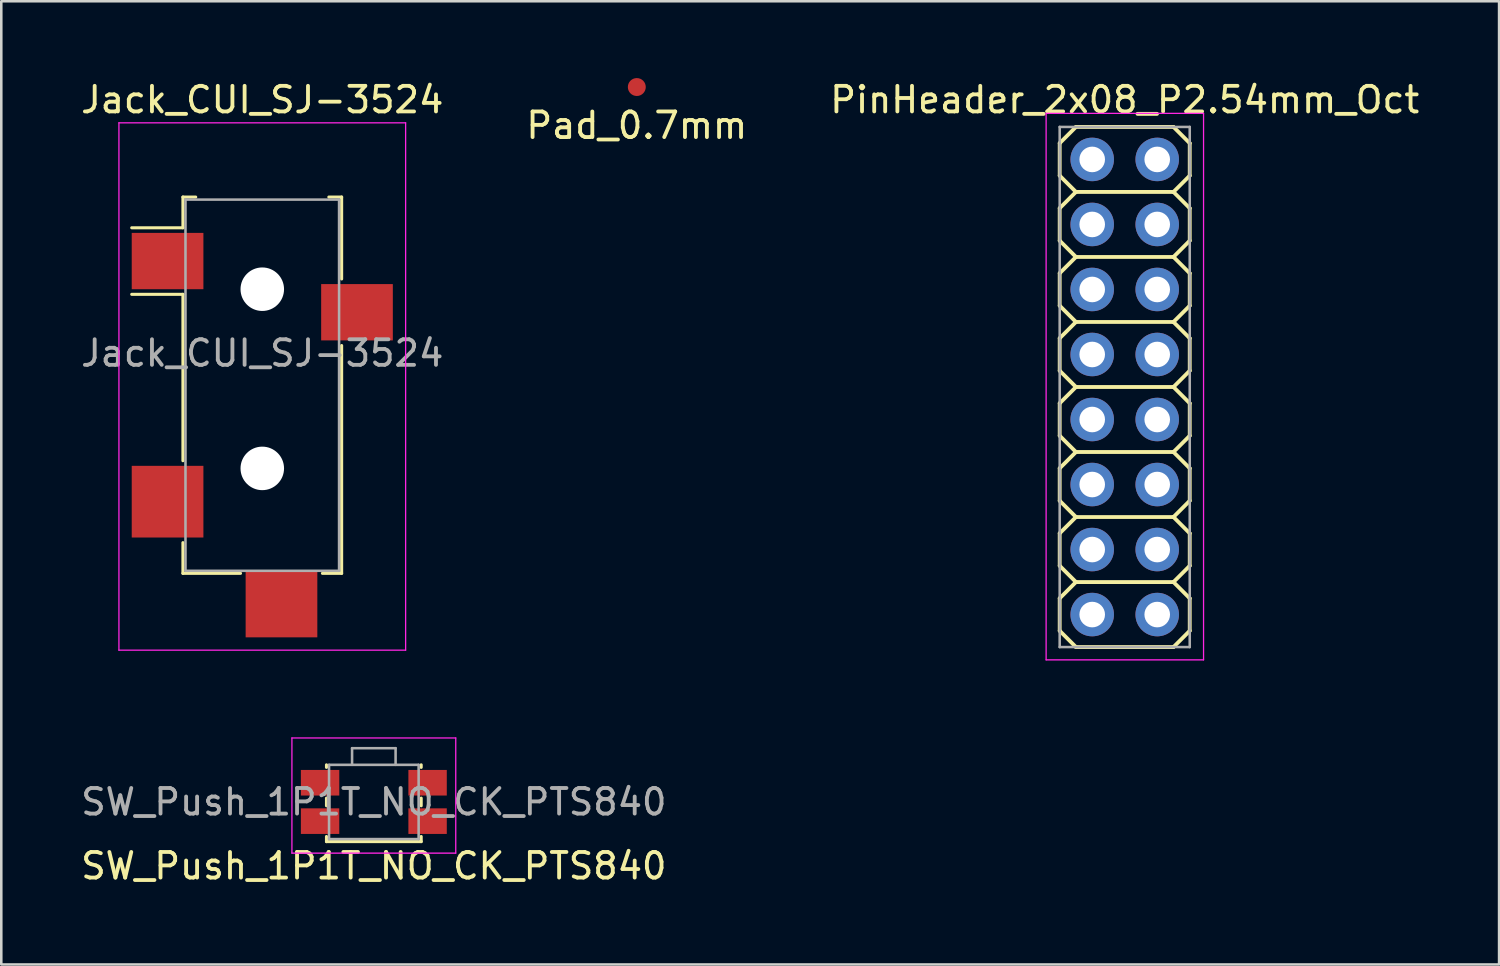
<source format=kicad_pcb>
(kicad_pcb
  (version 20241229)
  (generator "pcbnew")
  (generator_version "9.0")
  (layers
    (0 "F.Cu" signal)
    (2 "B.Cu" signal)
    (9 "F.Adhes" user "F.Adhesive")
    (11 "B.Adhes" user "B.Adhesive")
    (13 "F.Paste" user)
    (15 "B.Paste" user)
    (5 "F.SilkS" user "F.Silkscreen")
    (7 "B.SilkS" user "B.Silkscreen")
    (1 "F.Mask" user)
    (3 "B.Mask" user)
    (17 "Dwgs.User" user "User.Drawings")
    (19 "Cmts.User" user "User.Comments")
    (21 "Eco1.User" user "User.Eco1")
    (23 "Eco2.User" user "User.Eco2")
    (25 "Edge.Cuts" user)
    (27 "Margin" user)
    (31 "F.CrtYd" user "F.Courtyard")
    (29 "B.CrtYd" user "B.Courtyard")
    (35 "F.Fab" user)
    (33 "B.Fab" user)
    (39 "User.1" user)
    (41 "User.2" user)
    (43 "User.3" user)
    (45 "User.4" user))
  (footprint "SW_Push_1P1T_NO_CK_PTS840"
    (layer "F.Cu")
    (at 11.554 28.278)
    (property "Reference" "SW_Push_1P1T_NO_CK_PTS840" (at 0 2.5 0) (layer "F.SilkS") (effects (font (size 1 1) (thickness 0.15))))
    (attr smd)
    (fp_line (start -1.85 -1.35) (end -1.85 -1.45) (stroke (width 0.12) (type solid)) (layer "F.SilkS"))
    (fp_line (start -1.85 0.15) (end -1.85 -0.15) (stroke (width 0.12) (type solid)) (layer "F.SilkS"))
    (fp_line (start -1.85 1.55) (end -1.85 1.35) (stroke (width 0.12) (type solid)) (layer "F.SilkS"))
    (fp_line (start 1.85 -1.35) (end 1.85 -1.45) (stroke (width 0.12) (type solid)) (layer "F.SilkS"))
    (fp_line (start 1.85 0.15) (end 1.85 -0.15) (stroke (width 0.12) (type solid)) (layer "F.SilkS"))
    (fp_line (start 1.85 1.55) (end -1.85 1.55) (stroke (width 0.12) (type solid)) (layer "F.SilkS"))
    (fp_line (start 1.85 1.55) (end 1.85 1.35) (stroke (width 0.12) (type solid)) (layer "F.SilkS"))
    (fp_line (start -3.2 2) (end -3.2 -2.5) (stroke (width 0.05) (type solid)) (layer "F.CrtYd"))
    (fp_line (start 3.2 -2.5) (end -3.2 -2.5) (stroke (width 0.05) (type solid)) (layer "F.CrtYd"))
    (fp_line (start 3.2 2) (end -3.2 2) (stroke (width 0.05) (type solid)) (layer "F.CrtYd"))
    (fp_line (start 3.2 2) (end 3.2 -2.5) (stroke (width 0.05) (type solid)) (layer "F.CrtYd"))
    (fp_line (start -1.75 1.45) (end -1.75 -1.45) (stroke (width 0.1) (type solid)) (layer "F.Fab"))
    (fp_line (start -0.85 -2.1) (end -0.85 -1.45) (stroke (width 0.1) (type solid)) (layer "F.Fab"))
    (fp_line (start 0.85 -2.1) (end -0.85 -2.1) (stroke (width 0.1) (type solid)) (layer "F.Fab"))
    (fp_line (start 0.85 -2.1) (end 0.85 -1.45) (stroke (width 0.1) (type solid)) (layer "F.Fab"))
    (fp_line (start 1.75 -1.45) (end -1.75 -1.45) (stroke (width 0.1) (type solid)) (layer "F.Fab"))
    (fp_line (start 1.75 1.45) (end -1.75 1.45) (stroke (width 0.1) (type solid)) (layer "F.Fab"))
    (fp_line (start 1.75 1.45) (end 1.75 -1.45) (stroke (width 0.1) (type solid)) (layer "F.Fab"))
    (fp_text user "${REFERENCE}" (at 0 0 0) (layer "F.Fab") (effects (font (size 1 1) (thickness 0.15))))
    (pad "1" smd rect (at -2.1 -0.75 180) (size 1.5 1) (layers "F.Cu" "F.Mask" "F.Paste"))
    (pad "1" smd rect (at 2.1 -0.75 180) (size 1.5 1) (layers "F.Cu" "F.Mask" "F.Paste"))
    (pad "2" smd rect (at -2.1 0.75 180) (size 1.5 1) (layers "F.Cu" "F.Mask" "F.Paste"))
    (pad "2" smd rect (at 2.1 0.75 180) (size 1.5 1) (layers "F.Cu" "F.Mask" "F.Paste")))
  (footprint "Pad_0.7mm"
    (layer "F.Cu")
    (at 21.827 0.35)
    (property "Reference" "Pad_0.7mm" (at 0 1.5 0) (layer "F.SilkS") (effects (font (size 1 1) (thickness 0.15))))
    (attr through_hole)
    (pad "1" smd circle (at 0 0) (size 0.7 0.7) (layers "F.Cu" "F.Mask" "F.Paste")))
  (footprint "PinHeader_2x08_P2.54mm_Oct"
    (layer "F.Cu")
    (at 39.617 3.178)
    (property "Reference" "PinHeader_2x08_P2.54mm_Oct" (at 1.27 -2.33 0) (layer "F.SilkS") (effects (font (size 1 1) (thickness 0.15))))
    (attr through_hole)
    (fp_line (start -1.27 -0.635) (end -0.635 -1.27) (stroke (width 0.15) (type solid)) (layer "F.SilkS"))
    (fp_line (start -1.27 0.635) (end -1.27 -0.635) (stroke (width 0.15) (type solid)) (layer "F.SilkS"))
    (fp_line (start -1.27 1.905) (end -0.635 1.27) (stroke (width 0.15) (type solid)) (layer "F.SilkS"))
    (fp_line (start -1.27 3.175) (end -1.27 1.905) (stroke (width 0.15) (type solid)) (layer "F.SilkS"))
    (fp_line (start -1.27 4.445) (end -0.635 3.81) (stroke (width 0.15) (type solid)) (layer "F.SilkS"))
    (fp_line (start -1.27 5.715) (end -1.27 4.445) (stroke (width 0.15) (type solid)) (layer "F.SilkS"))
    (fp_line (start -1.27 6.985) (end -0.635 6.35) (stroke (width 0.15) (type solid)) (layer "F.SilkS"))
    (fp_line (start -1.27 8.255) (end -1.27 6.985) (stroke (width 0.15) (type solid)) (layer "F.SilkS"))
    (fp_line (start -1.27 9.525) (end -0.635 8.89) (stroke (width 0.15) (type solid)) (layer "F.SilkS"))
    (fp_line (start -1.27 10.795) (end -1.27 9.525) (stroke (width 0.15) (type solid)) (layer "F.SilkS"))
    (fp_line (start -1.27 12.065) (end -0.635 11.43) (stroke (width 0.15) (type solid)) (layer "F.SilkS"))
    (fp_line (start -1.27 13.335) (end -1.27 12.065) (stroke (width 0.15) (type solid)) (layer "F.SilkS"))
    (fp_line (start -1.27 14.605) (end -0.635 13.97) (stroke (width 0.15) (type solid)) (layer "F.SilkS"))
    (fp_line (start -1.27 15.875) (end -1.27 14.605) (stroke (width 0.15) (type solid)) (layer "F.SilkS"))
    (fp_line (start -1.27 17.145) (end -0.635 16.51) (stroke (width 0.15) (type solid)) (layer "F.SilkS"))
    (fp_line (start -1.27 18.415) (end -1.27 17.145) (stroke (width 0.15) (type solid)) (layer "F.SilkS"))
    (fp_line (start -0.635 -1.27) (end 3.175 -1.27) (stroke (width 0.15) (type solid)) (layer "F.SilkS"))
    (fp_line (start -0.635 1.27) (end -1.27 0.635) (stroke (width 0.15) (type solid)) (layer "F.SilkS"))
    (fp_line (start -0.635 3.81) (end -1.27 3.175) (stroke (width 0.15) (type solid)) (layer "F.SilkS"))
    (fp_line (start -0.635 3.81) (end 3.175 3.81) (stroke (width 0.15) (type solid)) (layer "F.SilkS"))
    (fp_line (start -0.635 6.35) (end -1.27 5.715) (stroke (width 0.15) (type solid)) (layer "F.SilkS"))
    (fp_line (start -0.635 6.35) (end 3.175 6.35) (stroke (width 0.15) (type solid)) (layer "F.SilkS"))
    (fp_line (start -0.635 8.89) (end -1.27 8.255) (stroke (width 0.15) (type solid)) (layer "F.SilkS"))
    (fp_line (start -0.635 8.89) (end 3.175 8.89) (stroke (width 0.15) (type solid)) (layer "F.SilkS"))
    (fp_line (start -0.635 11.43) (end -1.27 10.795) (stroke (width 0.15) (type solid)) (layer "F.SilkS"))
    (fp_line (start -0.635 11.43) (end 3.175 11.43) (stroke (width 0.15) (type solid)) (layer "F.SilkS"))
    (fp_line (start -0.635 13.97) (end -1.27 13.335) (stroke (width 0.15) (type solid)) (layer "F.SilkS"))
    (fp_line (start -0.635 13.97) (end 3.175 13.97) (stroke (width 0.15) (type solid)) (layer "F.SilkS"))
    (fp_line (start -0.635 16.51) (end -1.27 15.875) (stroke (width 0.15) (type solid)) (layer "F.SilkS"))
    (fp_line (start -0.635 16.51) (end 3.175 16.51) (stroke (width 0.15) (type solid)) (layer "F.SilkS"))
    (fp_line (start -0.635 19.05) (end -1.27 18.415) (stroke (width 0.15) (type solid)) (layer "F.SilkS"))
    (fp_line (start -0.635 19.05) (end 3.175 19.05) (stroke (width 0.15) (type solid)) (layer "F.SilkS"))
    (fp_line (start 3.175 -1.27) (end 3.81 -0.635) (stroke (width 0.15) (type solid)) (layer "F.SilkS"))
    (fp_line (start 3.175 1.27) (end -0.635 1.27) (stroke (width 0.15) (type solid)) (layer "F.SilkS"))
    (fp_line (start 3.175 1.27) (end 3.81 1.905) (stroke (width 0.15) (type solid)) (layer "F.SilkS"))
    (fp_line (start 3.175 3.81) (end 3.81 4.445) (stroke (width 0.15) (type solid)) (layer "F.SilkS"))
    (fp_line (start 3.175 6.35) (end 3.81 6.985) (stroke (width 0.15) (type solid)) (layer "F.SilkS"))
    (fp_line (start 3.175 8.89) (end 3.81 9.525) (stroke (width 0.15) (type solid)) (layer "F.SilkS"))
    (fp_line (start 3.175 11.43) (end 3.81 12.065) (stroke (width 0.15) (type solid)) (layer "F.SilkS"))
    (fp_line (start 3.175 13.97) (end 3.81 14.605) (stroke (width 0.15) (type solid)) (layer "F.SilkS"))
    (fp_line (start 3.175 16.51) (end 3.81 17.145) (stroke (width 0.15) (type solid)) (layer "F.SilkS"))
    (fp_line (start 3.81 -0.635) (end 3.81 0.635) (stroke (width 0.15) (type solid)) (layer "F.SilkS"))
    (fp_line (start 3.81 0.635) (end 3.175 1.27) (stroke (width 0.15) (type solid)) (layer "F.SilkS"))
    (fp_line (start 3.81 1.905) (end 3.81 3.175) (stroke (width 0.15) (type solid)) (layer "F.SilkS"))
    (fp_line (start 3.81 3.175) (end 3.175 3.81) (stroke (width 0.15) (type solid)) (layer "F.SilkS"))
    (fp_line (start 3.81 4.445) (end 3.81 5.715) (stroke (width 0.15) (type solid)) (layer "F.SilkS"))
    (fp_line (start 3.81 5.715) (end 3.175 6.35) (stroke (width 0.15) (type solid)) (layer "F.SilkS"))
    (fp_line (start 3.81 6.985) (end 3.81 8.255) (stroke (width 0.15) (type solid)) (layer "F.SilkS"))
    (fp_line (start 3.81 8.255) (end 3.175 8.89) (stroke (width 0.15) (type solid)) (layer "F.SilkS"))
    (fp_line (start 3.81 9.525) (end 3.81 10.795) (stroke (width 0.15) (type solid)) (layer "F.SilkS"))
    (fp_line (start 3.81 10.795) (end 3.175 11.43) (stroke (width 0.15) (type solid)) (layer "F.SilkS"))
    (fp_line (start 3.81 12.065) (end 3.81 13.335) (stroke (width 0.15) (type solid)) (layer "F.SilkS"))
    (fp_line (start 3.81 13.335) (end 3.175 13.97) (stroke (width 0.15) (type solid)) (layer "F.SilkS"))
    (fp_line (start 3.81 14.605) (end 3.81 15.875) (stroke (width 0.15) (type solid)) (layer "F.SilkS"))
    (fp_line (start 3.81 15.875) (end 3.175 16.51) (stroke (width 0.15) (type solid)) (layer "F.SilkS"))
    (fp_line (start 3.81 17.145) (end 3.81 18.415) (stroke (width 0.15) (type solid)) (layer "F.SilkS"))
    (fp_line (start 3.81 18.415) (end 3.175 19.05) (stroke (width 0.15) (type solid)) (layer "F.SilkS"))
    (fp_line (start -1.8 -1.8) (end -1.8 19.55) (stroke (width 0.05) (type solid)) (layer "F.CrtYd"))
    (fp_line (start -1.8 19.55) (end 4.35 19.55) (stroke (width 0.05) (type solid)) (layer "F.CrtYd"))
    (fp_line (start 4.35 -1.8) (end -1.8 -1.8) (stroke (width 0.05) (type solid)) (layer "F.CrtYd"))
    (fp_line (start 4.35 19.55) (end 4.35 -1.8) (stroke (width 0.05) (type solid)) (layer "F.CrtYd"))
    (fp_line (start -1.27 -1.27) (end 3.81 -1.27) (stroke (width 0.1) (type solid)) (layer "F.Fab"))
    (fp_line (start -1.27 19.05) (end -1.27 -1.27) (stroke (width 0.1) (type solid)) (layer "F.Fab"))
    (fp_line (start 3.81 -1.27) (end 3.81 19.05) (stroke (width 0.1) (type solid)) (layer "F.Fab"))
    (fp_line (start 3.81 19.05) (end -1.27 19.05) (stroke (width 0.1) (type solid)) (layer "F.Fab"))
    (pad "1" thru_hole oval (at 0 0) (size 1.7 1.7) (drill 1) (layers "*.Cu" "*.Mask"))
    (pad "2" thru_hole oval (at 2.54 0) (size 1.7 1.7) (drill 1) (layers "*.Cu" "*.Mask"))
    (pad "3" thru_hole oval (at 0 2.54) (size 1.7 1.7) (drill 1) (layers "*.Cu" "*.Mask"))
    (pad "4" thru_hole oval (at 2.54 2.54) (size 1.7 1.7) (drill 1) (layers "*.Cu" "*.Mask"))
    (pad "5" thru_hole oval (at 0 5.08) (size 1.7 1.7) (drill 1) (layers "*.Cu" "*.Mask"))
    (pad "6" thru_hole oval (at 2.54 5.08) (size 1.7 1.7) (drill 1) (layers "*.Cu" "*.Mask"))
    (pad "7" thru_hole oval (at 0 7.62) (size 1.7 1.7) (drill 1) (layers "*.Cu" "*.Mask"))
    (pad "8" thru_hole oval (at 2.54 7.62) (size 1.7 1.7) (drill 1) (layers "*.Cu" "*.Mask"))
    (pad "9" thru_hole oval (at 0 10.16) (size 1.7 1.7) (drill 1) (layers "*.Cu" "*.Mask"))
    (pad "10" thru_hole oval (at 2.54 10.16) (size 1.7 1.7) (drill 1) (layers "*.Cu" "*.Mask"))
    (pad "11" thru_hole oval (at 0 12.7) (size 1.7 1.7) (drill 1) (layers "*.Cu" "*.Mask"))
    (pad "12" thru_hole oval (at 2.54 12.7) (size 1.7 1.7) (drill 1) (layers "*.Cu" "*.Mask"))
    (pad "13" thru_hole oval (at 0 15.24) (size 1.7 1.7) (drill 1) (layers "*.Cu" "*.Mask"))
    (pad "14" thru_hole oval (at 2.54 15.24) (size 1.7 1.7) (drill 1) (layers "*.Cu" "*.Mask"))
    (pad "15" thru_hole oval (at 0 17.78) (size 1.7 1.7) (drill 1) (layers "*.Cu" "*.Mask"))
    (pad "16" thru_hole oval (at 2.54 17.78) (size 1.7 1.7) (drill 1) (layers "*.Cu" "*.Mask")))
  (footprint "Jack_CUI_SJ-3524"
    (layer "F.Cu")
    (at 7.196 10.748)
    (property "Reference" "Jack_CUI_SJ-3524" (at 0 -9.9 0) (layer "F.SilkS") (effects (font (size 1 1) (thickness 0.15))))
    (attr smd)
    (fp_line (start -3.1 -6.1) (end -2.6 -6.1) (stroke (width 0.12) (type solid)) (layer "F.SilkS"))
    (fp_line (start -3.1 -4.9) (end -5.1 -4.9) (stroke (width 0.12) (type solid)) (layer "F.SilkS"))
    (fp_line (start -3.1 -4.9) (end -3.1 -6.1) (stroke (width 0.12) (type solid)) (layer "F.SilkS"))
    (fp_line (start -3.1 -2.3) (end -5.1 -2.3) (stroke (width 0.12) (type solid)) (layer "F.SilkS"))
    (fp_line (start -3.1 4.2) (end -3.1 -2.3) (stroke (width 0.12) (type solid)) (layer "F.SilkS"))
    (fp_line (start -3.1 8.6) (end -3.1 7.4) (stroke (width 0.12) (type solid)) (layer "F.SilkS"))
    (fp_line (start -0.85 8.6) (end -3.1 8.6) (stroke (width 0.12) (type solid)) (layer "F.SilkS"))
    (fp_line (start 2.6 -6.1) (end 3.1 -6.1) (stroke (width 0.12) (type solid)) (layer "F.SilkS"))
    (fp_line (start 3.1 -6.1) (end 3.1 -2.9) (stroke (width 0.12) (type solid)) (layer "F.SilkS"))
    (fp_line (start 3.1 -0.3) (end 3.1 8.6) (stroke (width 0.12) (type solid)) (layer "F.SilkS"))
    (fp_line (start 3.1 8.6) (end 2.35 8.6) (stroke (width 0.12) (type solid)) (layer "F.SilkS"))
    (fp_line (start -5.6 -9) (end 5.6 -9) (stroke (width 0.05) (type solid)) (layer "F.CrtYd"))
    (fp_line (start -5.6 11.6) (end -5.6 -9) (stroke (width 0.05) (type solid)) (layer "F.CrtYd"))
    (fp_line (start 5.6 -9) (end 5.6 11.6) (stroke (width 0.05) (type solid)) (layer "F.CrtYd"))
    (fp_line (start 5.6 11.6) (end -5.6 11.6) (stroke (width 0.05) (type solid)) (layer "F.CrtYd"))
    (fp_line (start -3 -6) (end 3 -6) (stroke (width 0.1) (type solid)) (layer "F.Fab"))
    (fp_line (start -3 8.5) (end -3 -6) (stroke (width 0.1) (type solid)) (layer "F.Fab"))
    (fp_line (start 3 -6) (end 3 8.5) (stroke (width 0.1) (type solid)) (layer "F.Fab"))
    (fp_line (start 3 8.5) (end -3 8.5) (stroke (width 0.1) (type solid)) (layer "F.Fab"))
    (fp_text user "${REFERENCE}" (at 0 0 0) (layer "F.Fab") (effects (font (size 1 1) (thickness 0.15))))
    (pad "" np_thru_hole circle (at 0 -2.5) (size 1.7 1.7) (drill 1.7) (layers "*.Cu" "*.Mask"))
    (pad "" np_thru_hole circle (at 0 4.5) (size 1.7 1.7) (drill 1.7) (layers "*.Cu" "*.Mask"))
    (pad "R" smd rect (at 3.7 -1.6) (size 2.8 2.2) (layers "F.Cu" "F.Mask" "F.Paste"))
    (pad "S" smd rect (at -3.7 -3.6) (size 2.8 2.2) (layers "F.Cu" "F.Mask" "F.Paste"))
    (pad "T" smd rect (at -3.7 5.8) (size 2.8 2.8) (layers "F.Cu" "F.Mask" "F.Paste"))
    (pad "TN" smd rect (at 0.75 9.8) (size 2.8 2.6) (layers "F.Cu" "F.Mask" "F.Paste")))
  (gr_rect
    (start -3 -3)
    (end 55.512 34.627)
    (stroke (width 0.1) (type default))
    (fill no)
    (layer "Edge.Cuts")))
</source>
